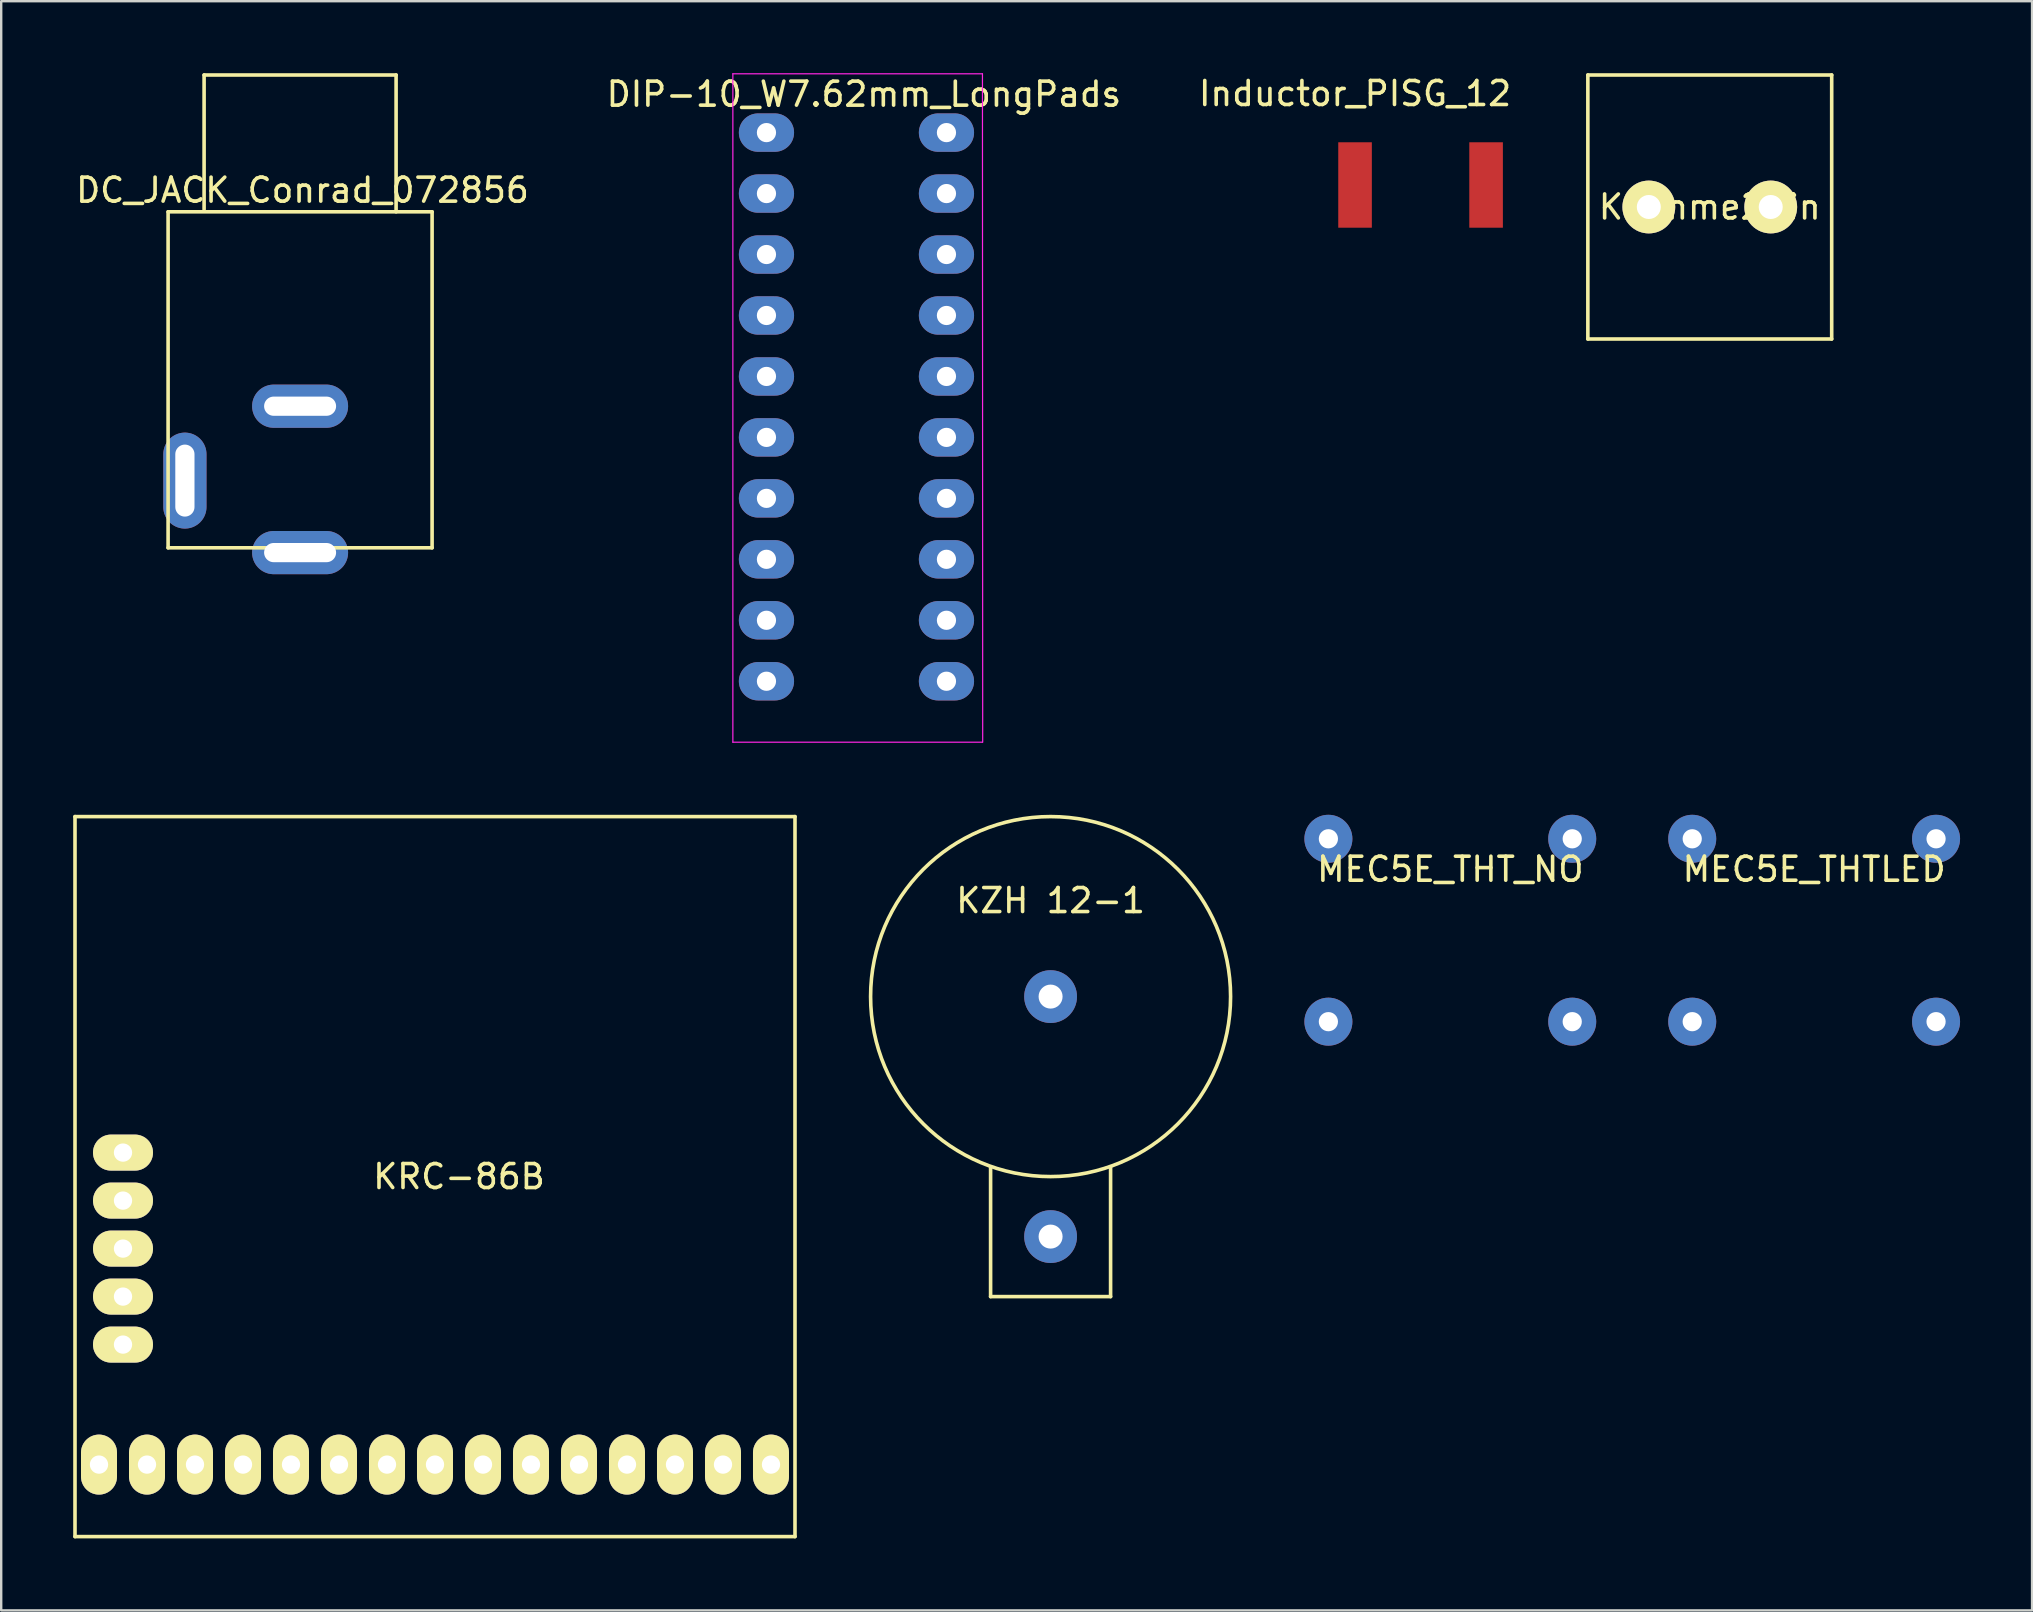
<source format=kicad_pcb>
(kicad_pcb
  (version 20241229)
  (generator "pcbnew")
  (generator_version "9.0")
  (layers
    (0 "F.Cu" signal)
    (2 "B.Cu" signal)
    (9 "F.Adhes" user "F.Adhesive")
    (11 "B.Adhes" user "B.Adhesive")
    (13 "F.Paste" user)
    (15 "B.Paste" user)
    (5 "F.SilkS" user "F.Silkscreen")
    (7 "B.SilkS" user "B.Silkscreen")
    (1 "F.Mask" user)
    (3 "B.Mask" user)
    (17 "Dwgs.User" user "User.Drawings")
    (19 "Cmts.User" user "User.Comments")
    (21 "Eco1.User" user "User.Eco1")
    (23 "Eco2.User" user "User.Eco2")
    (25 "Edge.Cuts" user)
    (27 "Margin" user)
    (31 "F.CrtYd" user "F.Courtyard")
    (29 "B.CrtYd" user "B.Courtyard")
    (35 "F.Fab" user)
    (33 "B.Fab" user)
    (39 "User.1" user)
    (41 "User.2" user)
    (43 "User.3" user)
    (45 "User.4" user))
  (footprint "Klemme2Pin"
    (layer "F.Cu")
    (at 68.191 5.575)
    (property "Reference" "Klemme2Pin" (at 0 0 0) (layer "F.SilkS") (effects (font (size 1 1) (thickness 0.15))))
    (attr through_hole)
    (fp_line (start -5.08 -5.5) (end -5.08 5.5) (stroke (width 0.15) (type solid)) (layer "F.SilkS"))
    (fp_line (start 5.08 -5.5) (end -5.08 -5.5) (stroke (width 0.15) (type solid)) (layer "F.SilkS"))
    (fp_line (start 5.08 -5.5) (end 5.08 5.5) (stroke (width 0.15) (type solid)) (layer "F.SilkS"))
    (fp_line (start 5.08 5.5) (end -5.08 5.5) (stroke (width 0.15) (type solid)) (layer "F.SilkS"))
    (pad "1" thru_hole circle (at -2.54 0) (size 2.2 2.2) (drill 1) (layers "*.Cu" "*.Mask" "F.SilkS"))
    (pad "2" thru_hole circle (at 2.54 0) (size 2.2 2.2) (drill 1) (layers "*.Cu" "*.Mask" "F.SilkS")))
  (footprint "MEC5E_THT_NO"
    (layer "F.Cu")
    (at 57.38 35.71)
    (property "Reference" "MEC5E_THT_NO" (at 0 -2.54 0) (layer "F.SilkS") (effects (font (size 1 1) (thickness 0.15))))
    (attr through_hole)
    (pad "1" thru_hole circle (at -5.08 -3.81) (size 2 2) (drill 0.8) (layers "*.Cu" "*.Mask"))
    (pad "1" thru_hole circle (at 5.08 -3.81) (size 2 2) (drill 0.8) (layers "*.Cu" "*.Mask"))
    (pad "2" thru_hole circle (at -5.08 3.81) (size 2 2) (drill 0.8) (layers "*.Cu" "*.Mask"))
    (pad "2" thru_hole circle (at 5.08 3.81) (size 2 2) (drill 0.8) (layers "*.Cu" "*.Mask")))
  (footprint "DIP-10_W7.62mm_LongPads"
    (layer "F.Cu")
    (at 28.886 2.475)
    (property "Reference" "DIP-10_W7.62mm_LongPads" (at 4.06 -1.6 0) (layer "F.SilkS") (effects (font (size 1 1) (thickness 0.15))))
    (attr through_hole)
    (fp_line (start -1.4 -2.45) (end -1.4 25.4) (stroke (width 0.05) (type solid)) (layer "F.CrtYd"))
    (fp_line (start -1.4 -2.45) (end 9 -2.45) (stroke (width 0.05) (type solid)) (layer "F.CrtYd"))
    (fp_line (start -1.4 25.4) (end 9 25.4) (stroke (width 0.05) (type solid)) (layer "F.CrtYd"))
    (fp_line (start 9 -2.45) (end 9.01 25.4) (stroke (width 0.05) (type solid)) (layer "F.CrtYd"))
    (pad "1" thru_hole oval (at 0 0) (size 2.3 1.6) (drill 0.8) (layers "*.Cu" "*.Mask"))
    (pad "2" thru_hole oval (at 0 2.54) (size 2.3 1.6) (drill 0.8) (layers "*.Cu" "*.Mask"))
    (pad "3" thru_hole oval (at 0 5.08) (size 2.3 1.6) (drill 0.8) (layers "*.Cu" "*.Mask"))
    (pad "4" thru_hole oval (at 0 7.62) (size 2.3 1.6) (drill 0.8) (layers "*.Cu" "*.Mask"))
    (pad "5" thru_hole oval (at 0 10.16) (size 2.3 1.6) (drill 0.8) (layers "*.Cu" "*.Mask"))
    (pad "6" thru_hole oval (at 0 12.7) (size 2.3 1.6) (drill 0.8) (layers "*.Cu" "*.Mask"))
    (pad "7" thru_hole oval (at 0 15.24) (size 2.3 1.6) (drill 0.8) (layers "*.Cu" "*.Mask"))
    (pad "8" thru_hole oval (at 0 17.78) (size 2.3 1.6) (drill 0.8) (layers "*.Cu" "*.Mask"))
    (pad "9" thru_hole oval (at 0 20.32) (size 2.3 1.6) (drill 0.8) (layers "*.Cu" "*.Mask"))
    (pad "10" thru_hole oval (at 0 22.86) (size 2.3 1.6) (drill 0.8) (layers "*.Cu" "*.Mask"))
    (pad "11" thru_hole oval (at 7.5 22.86) (size 2.3 1.6) (drill 0.8) (layers "*.Cu" "*.Mask"))
    (pad "12" thru_hole oval (at 7.5 20.32) (size 2.3 1.6) (drill 0.8) (layers "*.Cu" "*.Mask"))
    (pad "13" thru_hole oval (at 7.5 17.78) (size 2.3 1.6) (drill 0.8) (layers "*.Cu" "*.Mask"))
    (pad "14" thru_hole oval (at 7.5 15.24) (size 2.3 1.6) (drill 0.8) (layers "*.Cu" "*.Mask"))
    (pad "15," thru_hole oval (at 7.5 12.7) (size 2.3 1.6) (drill 0.8) (layers "*.Cu" "*.Mask"))
    (pad "16" thru_hole oval (at 7.5 10.16) (size 2.3 1.6) (drill 0.8) (layers "*.Cu" "*.Mask"))
    (pad "17" thru_hole oval (at 7.5 7.62) (size 2.3 1.6) (drill 0.8) (layers "*.Cu" "*.Mask"))
    (pad "18" thru_hole oval (at 7.5 5.08) (size 2.3 1.6) (drill 0.8) (layers "*.Cu" "*.Mask"))
    (pad "19" thru_hole oval (at 7.5 2.54) (size 2.3 1.6) (drill 0.8) (layers "*.Cu" "*.Mask"))
    (pad "20" thru_hole oval (at 7.5 0) (size 2.3 1.6) (drill 0.8) (layers "*.Cu" "*.Mask")))
  (footprint "DC_JACK_Conrad_072856"
    (layer "F.Cu")
    (at 9.454 5.775)
    (property "Reference" "DC_JACK_Conrad_072856" (at 0.1 -0.9 0) (layer "F.SilkS") (effects (font (size 1 1) (thickness 0.15))))
    (attr through_hole)
    (fp_line (start -5.5 0) (end -5.5 14) (stroke (width 0.15) (type solid)) (layer "F.SilkS"))
    (fp_line (start -5.5 0) (end 5.5 0) (stroke (width 0.15) (type solid)) (layer "F.SilkS"))
    (fp_line (start -4 -5.7) (end 4 -5.7) (stroke (width 0.15) (type solid)) (layer "F.SilkS"))
    (fp_line (start -4 -0.1) (end -4 -5.7) (stroke (width 0.15) (type solid)) (layer "F.SilkS"))
    (fp_line (start 4 -5.7) (end 4 0) (stroke (width 0.15) (type solid)) (layer "F.SilkS"))
    (fp_line (start 5.5 0) (end 5.5 14) (stroke (width 0.15) (type solid)) (layer "F.SilkS"))
    (fp_line (start 5.5 14) (end -5.5 14) (stroke (width 0.15) (type solid)) (layer "F.SilkS"))
    (pad "1" thru_hole oval (at 0 14.2 90) (size 1.8 4) (drill oval 0.8 3) (layers "*.Cu" "*.Mask"))
    (pad "2" thru_hole oval (at 0 8.1 90) (size 1.8 4) (drill oval 0.8 3) (layers "*.Cu" "*.Mask"))
    (pad "3" thru_hole oval (at -4.8 11.2 180) (size 1.8 4) (drill oval 0.8 3) (layers "*.Cu" "*.Mask")))
  (footprint "Inductor_PISG_12"
    (layer "F.Cu")
    (at 53.411 4.658)
    (property "Reference" "Inductor_PISG_12" (at 0 -3.81 0) (layer "F.SilkS") (effects (font (size 1 1) (thickness 0.15))))
    (attr through_hole)
    (pad "1" smd rect (at 0 0) (size 1.4 3.56) (layers "F.Cu" "F.Mask" "F.Paste"))
    (pad "2" smd rect (at 5.46 0) (size 1.4 3.56) (layers "F.Cu" "F.Mask" "F.Paste")))
  (footprint "KRC-86B"
    (layer "F.Cu")
    (at 15.075 45.975)
    (property "Reference" "KRC-86B" (at 1 0 0) (layer "F.SilkS") (effects (font (size 1 1) (thickness 0.15))))
    (attr through_hole)
    (fp_line (start -15 -15) (end -15 15) (stroke (width 0.15) (type solid)) (layer "F.SilkS"))
    (fp_line (start -15 15) (end 15 15) (stroke (width 0.15) (type solid)) (layer "F.SilkS"))
    (fp_line (start 15 -15) (end -15 -15) (stroke (width 0.15) (type solid)) (layer "F.SilkS"))
    (fp_line (start 15 15) (end 15 -15) (stroke (width 0.15) (type solid)) (layer "F.SilkS"))
    (pad "1" thru_hole oval (at -14 12) (size 1.5 2.5) (drill 0.762) (layers "*.Cu" "*.Mask" "F.SilkS"))
    (pad "2" thru_hole oval (at -12 12) (size 1.5 2.5) (drill 0.762) (layers "*.Cu" "*.Mask" "F.SilkS"))
    (pad "3" thru_hole oval (at -10 12) (size 1.5 2.5) (drill 0.762) (layers "*.Cu" "*.Mask" "F.SilkS"))
    (pad "4" thru_hole oval (at -8 12) (size 1.5 2.5) (drill 0.762) (layers "*.Cu" "*.Mask" "F.SilkS"))
    (pad "5" thru_hole oval (at -6 12) (size 1.5 2.5) (drill 0.762) (layers "*.Cu" "*.Mask" "F.SilkS"))
    (pad "6" thru_hole oval (at -4 12) (size 1.5 2.5) (drill 0.762) (layers "*.Cu" "*.Mask" "F.SilkS"))
    (pad "7" thru_hole oval (at -2 12) (size 1.5 2.5) (drill 0.762) (layers "*.Cu" "*.Mask" "F.SilkS"))
    (pad "8" thru_hole oval (at 0 12) (size 1.5 2.5) (drill 0.762) (layers "*.Cu" "*.Mask" "F.SilkS"))
    (pad "9" thru_hole oval (at 2 12) (size 1.5 2.5) (drill 0.762) (layers "*.Cu" "*.Mask" "F.SilkS"))
    (pad "10" thru_hole oval (at 4 12) (size 1.5 2.5) (drill 0.762) (layers "*.Cu" "*.Mask" "F.SilkS"))
    (pad "11" thru_hole oval (at 6 12) (size 1.5 2.5) (drill 0.762) (layers "*.Cu" "*.Mask" "F.SilkS"))
    (pad "12" thru_hole oval (at 8 12) (size 1.5 2.5) (drill 0.762) (layers "*.Cu" "*.Mask" "F.SilkS"))
    (pad "13" thru_hole oval (at 10 12) (size 1.5 2.5) (drill 0.762) (layers "*.Cu" "*.Mask" "F.SilkS"))
    (pad "14" thru_hole oval (at 12 12) (size 1.5 2.5) (drill 0.762) (layers "*.Cu" "*.Mask" "F.SilkS"))
    (pad "15" thru_hole oval (at 14 12) (size 1.5 2.5) (drill 0.762) (layers "*.Cu" "*.Mask" "F.SilkS"))
    (pad "16" thru_hole oval (at -13 -1) (size 2.5 1.5) (drill 0.762) (layers "*.Cu" "*.Mask" "F.SilkS"))
    (pad "17" thru_hole oval (at -13 1) (size 2.5 1.5) (drill 0.762) (layers "*.Cu" "*.Mask" "F.SilkS"))
    (pad "18" thru_hole oval (at -13 3) (size 2.5 1.5) (drill 0.762) (layers "*.Cu" "*.Mask" "F.SilkS"))
    (pad "19" thru_hole oval (at -13 5) (size 2.5 1.5) (drill 0.762) (layers "*.Cu" "*.Mask" "F.SilkS"))
    (pad "20" thru_hole oval (at -13 7) (size 2.5 1.5) (drill 0.762) (layers "*.Cu" "*.Mask" "F.SilkS")))
  (footprint "MEC5E_THTLED"
    (layer "F.Cu")
    (at 72.54 35.71)
    (property "Reference" "MEC5E_THTLED" (at 0 -2.54 0) (layer "F.SilkS") (effects (font (size 1 1) (thickness 0.15))))
    (attr through_hole)
    (pad "1" thru_hole circle (at 5.08 -3.81) (size 2 2) (drill 0.8) (layers "*.Cu" "*.Mask"))
    (pad "2" thru_hole circle (at -5.08 3.81) (size 2 2) (drill 0.8) (layers "*.Cu" "*.Mask"))
    (pad "3" thru_hole circle (at -5.08 -3.81) (size 2 2) (drill 0.8) (layers "*.Cu" "*.Mask"))
    (pad "4" thru_hole circle (at 5.08 3.81) (size 2 2) (drill 0.8) (layers "*.Cu" "*.Mask")))
  (footprint "KZH 12-1"
    (layer "F.Cu")
    (at 40.725 38.475)
    (property "Reference" "KZH 12-1" (at 0 -4 0) (layer "F.SilkS") (effects (font (size 1 1) (thickness 0.15))))
    (attr through_hole)
    (fp_line (start -2.5 12.5) (end -2.5 7.1) (stroke (width 0.15) (type solid)) (layer "F.SilkS"))
    (fp_line (start 2.5 12.5) (end -2.5 12.5) (stroke (width 0.15) (type solid)) (layer "F.SilkS"))
    (fp_line (start 2.5 12.5) (end 2.5 7.1) (stroke (width 0.15) (type solid)) (layer "F.SilkS"))
    (fp_circle (center 0 0) (end 7.5 0) (stroke (width 0.15) (type solid)) (fill no) (layer "F.SilkS"))
    (pad "1" thru_hole circle (at 0 10) (size 2.2 2.2) (drill 1) (layers "*.Cu" "*.Mask"))
    (pad "2" thru_hole circle (at 0 0) (size 2.2 2.2) (drill 1) (layers "*.Cu" "*.Mask")))
  (gr_rect
    (start -3 -3)
    (end 81.62 64.05)
    (stroke (width 0.1) (type default))
    (fill no)
    (layer "Edge.Cuts")))
</source>
